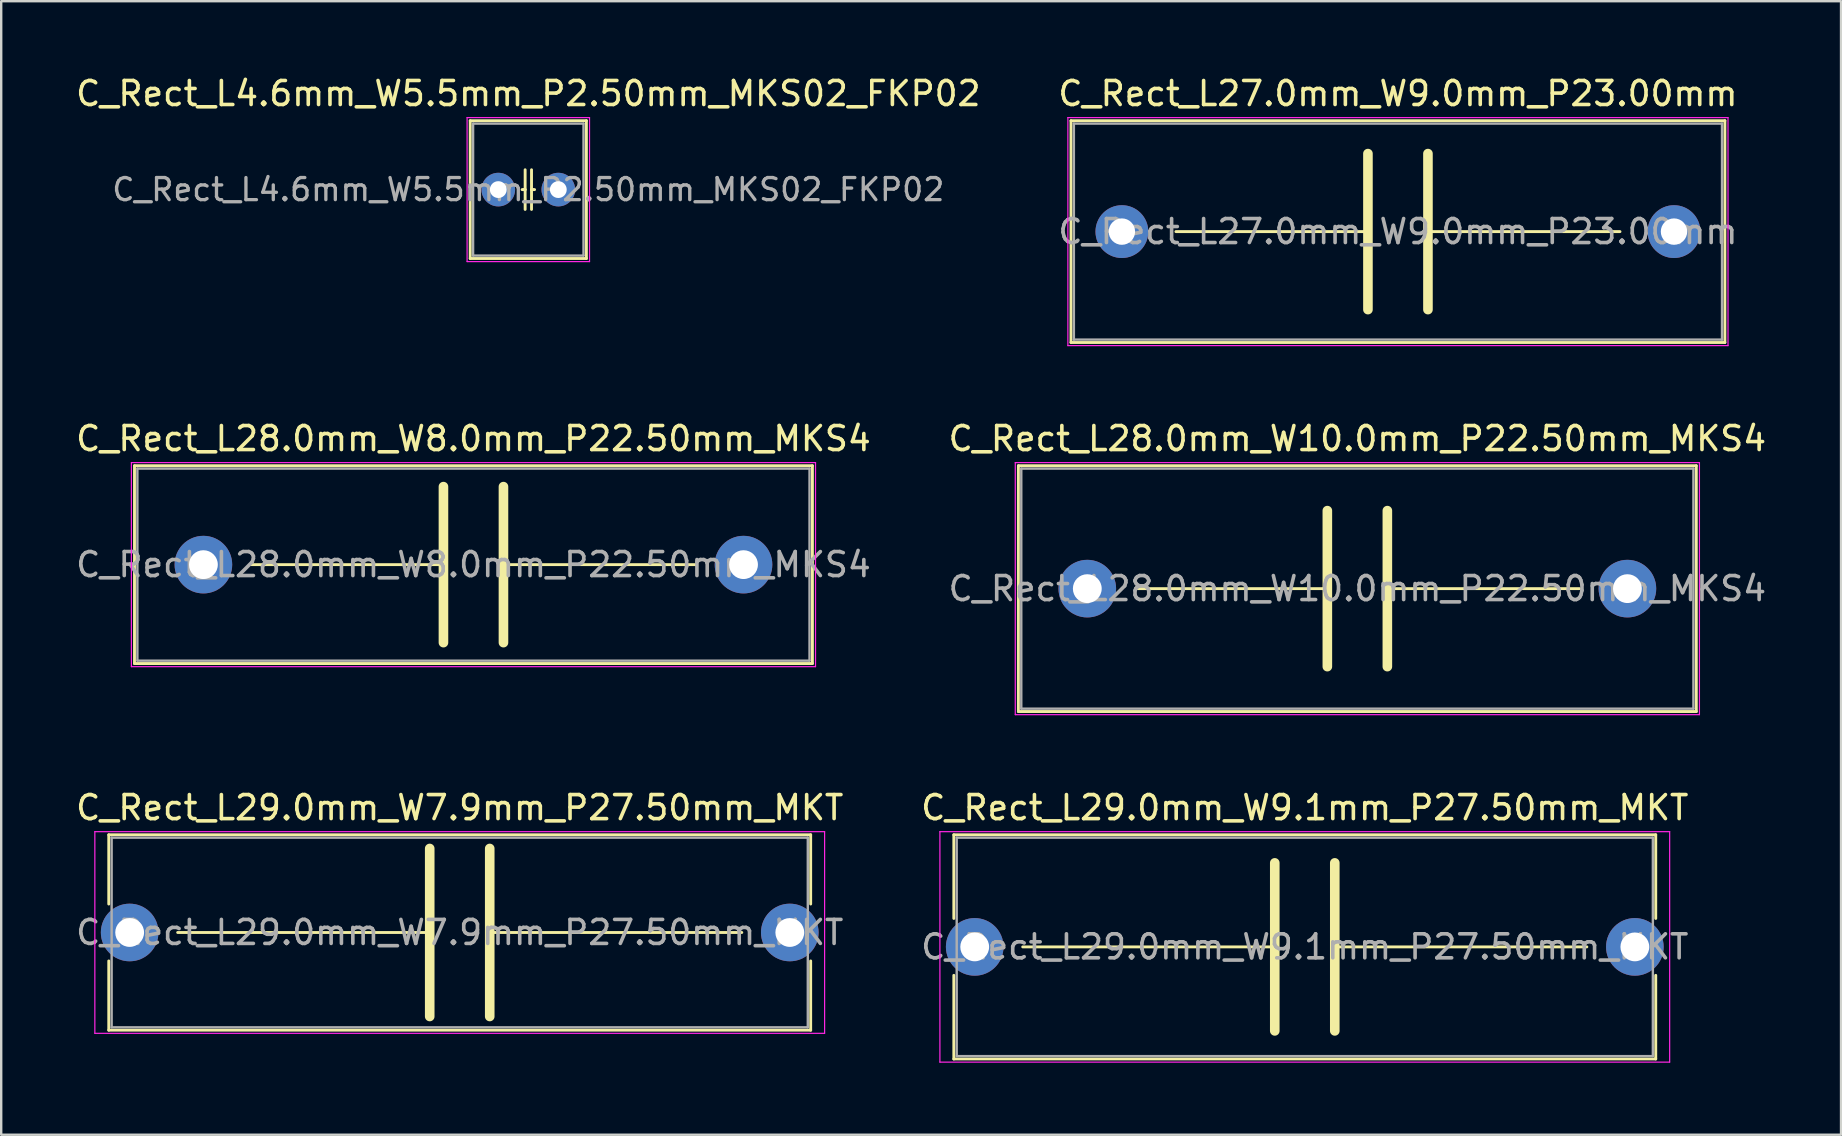
<source format=kicad_pcb>
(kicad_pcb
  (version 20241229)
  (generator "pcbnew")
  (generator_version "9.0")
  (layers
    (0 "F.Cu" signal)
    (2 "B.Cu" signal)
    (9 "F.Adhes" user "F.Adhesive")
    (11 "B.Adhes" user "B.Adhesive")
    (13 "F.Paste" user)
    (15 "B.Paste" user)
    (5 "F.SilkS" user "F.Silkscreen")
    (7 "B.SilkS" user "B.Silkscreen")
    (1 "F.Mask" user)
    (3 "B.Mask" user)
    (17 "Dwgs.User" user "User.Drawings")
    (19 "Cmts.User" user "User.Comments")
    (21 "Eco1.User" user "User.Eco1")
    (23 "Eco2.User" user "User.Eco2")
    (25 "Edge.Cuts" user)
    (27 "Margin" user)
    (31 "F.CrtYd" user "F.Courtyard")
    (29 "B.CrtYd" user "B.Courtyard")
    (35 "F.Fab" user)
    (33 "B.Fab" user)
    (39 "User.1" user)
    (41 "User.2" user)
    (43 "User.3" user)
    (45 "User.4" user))
  (footprint "C_Rect_L29.0mm_W7.9mm_P27.50mm_MKT"
    (layer "F.Cu")
    (at 2.351 35.795)
    (property "Reference" "C_Rect_L29.0mm_W7.9mm_P27.50mm_MKT" (at 13.75 -5.2 0) (layer "F.SilkS") (effects (font (size 1 1) (thickness 0.15))))
    (attr through_hole)
    (fp_line (start -0.87 -4.07) (end -0.87 -1.185) (stroke (width 0.12) (type solid)) (layer "F.SilkS"))
    (fp_line (start -0.87 -4.07) (end 28.37 -4.07) (stroke (width 0.12) (type solid)) (layer "F.SilkS"))
    (fp_line (start -0.87 1.185) (end -0.87 4.07) (stroke (width 0.12) (type solid)) (layer "F.SilkS"))
    (fp_line (start -0.87 4.07) (end 28.37 4.07) (stroke (width 0.12) (type solid)) (layer "F.SilkS"))
    (fp_line (start 2 0) (end 12.5 0) (stroke (width 0.12) (type solid)) (layer "F.SilkS"))
    (fp_line (start 12.5 -3.5) (end 12.5 3.5) (stroke (width 0.4) (type solid)) (layer "F.SilkS"))
    (fp_line (start 15 -3.5) (end 15 3.5) (stroke (width 0.4) (type solid)) (layer "F.SilkS"))
    (fp_line (start 15 0) (end 25.5 0) (stroke (width 0.12) (type solid)) (layer "F.SilkS"))
    (fp_line (start 28.37 -4.07) (end 28.37 -1.185) (stroke (width 0.12) (type solid)) (layer "F.SilkS"))
    (fp_line (start 28.37 1.185) (end 28.37 4.07) (stroke (width 0.12) (type solid)) (layer "F.SilkS"))
    (fp_line (start -1.45 -4.2) (end -1.45 4.2) (stroke (width 0.05) (type solid)) (layer "F.CrtYd"))
    (fp_line (start -1.45 4.2) (end 28.95 4.2) (stroke (width 0.05) (type solid)) (layer "F.CrtYd"))
    (fp_line (start 28.95 -4.2) (end -1.45 -4.2) (stroke (width 0.05) (type solid)) (layer "F.CrtYd"))
    (fp_line (start 28.95 4.2) (end 28.95 -4.2) (stroke (width 0.05) (type solid)) (layer "F.CrtYd"))
    (fp_line (start -0.75 -3.95) (end -0.75 3.95) (stroke (width 0.1) (type solid)) (layer "F.Fab"))
    (fp_line (start -0.75 3.95) (end 28.25 3.95) (stroke (width 0.1) (type solid)) (layer "F.Fab"))
    (fp_line (start 28.25 -3.95) (end -0.75 -3.95) (stroke (width 0.1) (type solid)) (layer "F.Fab"))
    (fp_line (start 28.25 3.95) (end 28.25 -3.95) (stroke (width 0.1) (type solid)) (layer "F.Fab"))
    (fp_text user "${REFERENCE}" (at 13.75 0 0) (layer "F.Fab") (effects (font (size 1 1) (thickness 0.15))))
    (pad "1" thru_hole circle (at 0 0) (size 2.4 2.4) (drill 1.2) (layers "*.Cu" "*.Mask"))
    (pad "2" thru_hole circle (at 27.5 0) (size 2.4 2.4) (drill 1.2) (layers "*.Cu" "*.Mask")))
  (footprint "C_Rect_L28.0mm_W8.0mm_P22.50mm_MKS4"
    (layer "F.Cu")
    (at 5.423 20.471)
    (property "Reference" "C_Rect_L28.0mm_W8.0mm_P22.50mm_MKS4" (at 11.25 -5.25 0) (layer "F.SilkS") (effects (font (size 1 1) (thickness 0.15))))
    (attr through_hole)
    (fp_line (start -2.87 -4.12) (end -2.87 4.12) (stroke (width 0.12) (type solid)) (layer "F.SilkS"))
    (fp_line (start -2.87 -4.12) (end 25.37 -4.12) (stroke (width 0.12) (type solid)) (layer "F.SilkS"))
    (fp_line (start -2.87 4.12) (end 25.37 4.12) (stroke (width 0.12) (type solid)) (layer "F.SilkS"))
    (fp_line (start 2 0) (end 10 0) (stroke (width 0.12) (type solid)) (layer "F.SilkS"))
    (fp_line (start 10 -3.25) (end 10 3.25) (stroke (width 0.4) (type solid)) (layer "F.SilkS"))
    (fp_line (start 12.5 -3.25) (end 12.5 3.25) (stroke (width 0.4) (type solid)) (layer "F.SilkS"))
    (fp_line (start 12.5 0) (end 20.5 0) (stroke (width 0.12) (type solid)) (layer "F.SilkS"))
    (fp_line (start 25.37 -4.12) (end 25.37 4.12) (stroke (width 0.12) (type solid)) (layer "F.SilkS"))
    (fp_line (start -3 -4.25) (end -3 4.25) (stroke (width 0.05) (type solid)) (layer "F.CrtYd"))
    (fp_line (start -3 4.25) (end 25.5 4.25) (stroke (width 0.05) (type solid)) (layer "F.CrtYd"))
    (fp_line (start 25.5 -4.25) (end -3 -4.25) (stroke (width 0.05) (type solid)) (layer "F.CrtYd"))
    (fp_line (start 25.5 4.25) (end 25.5 -4.25) (stroke (width 0.05) (type solid)) (layer "F.CrtYd"))
    (fp_line (start -2.75 -4) (end -2.75 4) (stroke (width 0.1) (type solid)) (layer "F.Fab"))
    (fp_line (start -2.75 4) (end 25.25 4) (stroke (width 0.1) (type solid)) (layer "F.Fab"))
    (fp_line (start 25.25 -4) (end -2.75 -4) (stroke (width 0.1) (type solid)) (layer "F.Fab"))
    (fp_line (start 25.25 4) (end 25.25 -4) (stroke (width 0.1) (type solid)) (layer "F.Fab"))
    (fp_text user "${REFERENCE}" (at 11.25 0 0) (layer "F.Fab") (effects (font (size 1 1) (thickness 0.15))))
    (pad "1" thru_hole circle (at 0 0) (size 2.4 2.4) (drill 1.2) (layers "*.Cu" "*.Mask"))
    (pad "2" thru_hole circle (at 22.5 0) (size 2.4 2.4) (drill 1.2) (layers "*.Cu" "*.Mask")))
  (footprint "C_Rect_L29.0mm_W9.1mm_P27.50mm_MKT"
    (layer "F.Cu")
    (at 37.554 36.395)
    (property "Reference" "C_Rect_L29.0mm_W9.1mm_P27.50mm_MKT" (at 13.75 -5.8 0) (layer "F.SilkS") (effects (font (size 1 1) (thickness 0.15))))
    (attr through_hole)
    (fp_line (start -0.87 -4.67) (end -0.87 -1.185) (stroke (width 0.12) (type solid)) (layer "F.SilkS"))
    (fp_line (start -0.87 -4.67) (end 28.37 -4.67) (stroke (width 0.12) (type solid)) (layer "F.SilkS"))
    (fp_line (start -0.87 1.185) (end -0.87 4.67) (stroke (width 0.12) (type solid)) (layer "F.SilkS"))
    (fp_line (start -0.87 4.67) (end 28.37 4.67) (stroke (width 0.12) (type solid)) (layer "F.SilkS"))
    (fp_line (start 2 0) (end 12.5 0) (stroke (width 0.12) (type solid)) (layer "F.SilkS"))
    (fp_line (start 12.5 -3.5) (end 12.5 3.5) (stroke (width 0.4) (type solid)) (layer "F.SilkS"))
    (fp_line (start 15 -3.5) (end 15 3.5) (stroke (width 0.4) (type solid)) (layer "F.SilkS"))
    (fp_line (start 15 0) (end 25.5 0) (stroke (width 0.12) (type solid)) (layer "F.SilkS"))
    (fp_line (start 28.37 -4.67) (end 28.37 -1.185) (stroke (width 0.12) (type solid)) (layer "F.SilkS"))
    (fp_line (start 28.37 1.185) (end 28.37 4.67) (stroke (width 0.12) (type solid)) (layer "F.SilkS"))
    (fp_line (start -1.45 -4.8) (end -1.45 4.8) (stroke (width 0.05) (type solid)) (layer "F.CrtYd"))
    (fp_line (start -1.45 4.8) (end 28.95 4.8) (stroke (width 0.05) (type solid)) (layer "F.CrtYd"))
    (fp_line (start 28.95 -4.8) (end -1.45 -4.8) (stroke (width 0.05) (type solid)) (layer "F.CrtYd"))
    (fp_line (start 28.95 4.8) (end 28.95 -4.8) (stroke (width 0.05) (type solid)) (layer "F.CrtYd"))
    (fp_line (start -0.75 -4.55) (end -0.75 4.55) (stroke (width 0.1) (type solid)) (layer "F.Fab"))
    (fp_line (start -0.75 4.55) (end 28.25 4.55) (stroke (width 0.1) (type solid)) (layer "F.Fab"))
    (fp_line (start 28.25 -4.55) (end -0.75 -4.55) (stroke (width 0.1) (type solid)) (layer "F.Fab"))
    (fp_line (start 28.25 4.55) (end 28.25 -4.55) (stroke (width 0.1) (type solid)) (layer "F.Fab"))
    (fp_text user "${REFERENCE}" (at 13.75 0 0) (layer "F.Fab") (effects (font (size 1 1) (thickness 0.15))))
    (pad "1" thru_hole circle (at 0 0) (size 2.4 2.4) (drill 1.2) (layers "*.Cu" "*.Mask"))
    (pad "2" thru_hole circle (at 27.5 0) (size 2.4 2.4) (drill 1.2) (layers "*.Cu" "*.Mask")))
  (footprint "C_Rect_L28.0mm_W10.0mm_P22.50mm_MKS4"
    (layer "F.Cu")
    (at 42.244 21.471)
    (property "Reference" "C_Rect_L28.0mm_W10.0mm_P22.50mm_MKS4" (at 11.25 -6.25 0) (layer "F.SilkS") (effects (font (size 1 1) (thickness 0.15))))
    (attr through_hole)
    (fp_line (start -2.87 -5.12) (end -2.87 5.12) (stroke (width 0.12) (type solid)) (layer "F.SilkS"))
    (fp_line (start -2.87 -5.12) (end 25.37 -5.12) (stroke (width 0.12) (type solid)) (layer "F.SilkS"))
    (fp_line (start -2.87 5.12) (end 25.37 5.12) (stroke (width 0.12) (type solid)) (layer "F.SilkS"))
    (fp_line (start 2 0) (end 10 0) (stroke (width 0.12) (type solid)) (layer "F.SilkS"))
    (fp_line (start 10 -3.25) (end 10 3.25) (stroke (width 0.4) (type solid)) (layer "F.SilkS"))
    (fp_line (start 12.5 -3.25) (end 12.5 3.25) (stroke (width 0.4) (type solid)) (layer "F.SilkS"))
    (fp_line (start 12.5 0) (end 20.5 0) (stroke (width 0.12) (type solid)) (layer "F.SilkS"))
    (fp_line (start 25.37 -5.12) (end 25.37 5.12) (stroke (width 0.12) (type solid)) (layer "F.SilkS"))
    (fp_line (start -3 -5.25) (end -3 5.25) (stroke (width 0.05) (type solid)) (layer "F.CrtYd"))
    (fp_line (start -3 5.25) (end 25.5 5.25) (stroke (width 0.05) (type solid)) (layer "F.CrtYd"))
    (fp_line (start 25.5 -5.25) (end -3 -5.25) (stroke (width 0.05) (type solid)) (layer "F.CrtYd"))
    (fp_line (start 25.5 5.25) (end 25.5 -5.25) (stroke (width 0.05) (type solid)) (layer "F.CrtYd"))
    (fp_line (start -2.75 -5) (end -2.75 5) (stroke (width 0.1) (type solid)) (layer "F.Fab"))
    (fp_line (start -2.75 5) (end 25.25 5) (stroke (width 0.1) (type solid)) (layer "F.Fab"))
    (fp_line (start 25.25 -5) (end -2.75 -5) (stroke (width 0.1) (type solid)) (layer "F.Fab"))
    (fp_line (start 25.25 5) (end 25.25 -5) (stroke (width 0.1) (type solid)) (layer "F.Fab"))
    (fp_text user "${REFERENCE}" (at 11.25 0 0) (layer "F.Fab") (effects (font (size 1 1) (thickness 0.15))))
    (pad "1" thru_hole circle (at 0 0) (size 2.4 2.4) (drill 1.2) (layers "*.Cu" "*.Mask"))
    (pad "2" thru_hole circle (at 22.5 0) (size 2.4 2.4) (drill 1.2) (layers "*.Cu" "*.Mask")))
  (footprint "C_Rect_L4.6mm_W5.5mm_P2.50mm_MKS02_FKP02"
    (layer "F.Cu")
    (at 17.708 4.848)
    (property "Reference" "C_Rect_L4.6mm_W5.5mm_P2.50mm_MKS02_FKP02" (at 1.25 -4 0) (layer "F.SilkS") (effects (font (size 1 1) (thickness 0.15))))
    (attr through_hole)
    (fp_line (start -1.17 -2.87) (end -1.17 2.87) (stroke (width 0.12) (type solid)) (layer "F.SilkS"))
    (fp_line (start -1.17 -2.87) (end 3.67 -2.87) (stroke (width 0.12) (type solid)) (layer "F.SilkS"))
    (fp_line (start -1.17 2.87) (end 3.67 2.87) (stroke (width 0.12) (type solid)) (layer "F.SilkS"))
    (fp_line (start 0.991 0) (end 1.054 0) (stroke (width 0.12) (type solid)) (layer "F.SilkS"))
    (fp_line (start 1.054 0) (end 1.118 0) (stroke (width 0.12) (type solid)) (layer "F.SilkS"))
    (fp_line (start 1.118 0) (end 1.118 -0.826) (stroke (width 0.12) (type solid)) (layer "F.SilkS"))
    (fp_line (start 1.118 0.826) (end 1.118 0) (stroke (width 0.12) (type solid)) (layer "F.SilkS"))
    (fp_line (start 1.384 0) (end 1.384 -0.826) (stroke (width 0.12) (type solid)) (layer "F.SilkS"))
    (fp_line (start 1.384 0.826) (end 1.384 0) (stroke (width 0.12) (type solid)) (layer "F.SilkS"))
    (fp_line (start 1.448 0) (end 1.384 0) (stroke (width 0.12) (type solid)) (layer "F.SilkS"))
    (fp_line (start 1.511 0) (end 1.448 0) (stroke (width 0.12) (type solid)) (layer "F.SilkS"))
    (fp_line (start 3.67 -2.87) (end 3.67 2.87) (stroke (width 0.12) (type solid)) (layer "F.SilkS"))
    (fp_line (start -1.3 -3) (end -1.3 3) (stroke (width 0.05) (type solid)) (layer "F.CrtYd"))
    (fp_line (start -1.3 3) (end 3.8 3) (stroke (width 0.05) (type solid)) (layer "F.CrtYd"))
    (fp_line (start 3.8 -3) (end -1.3 -3) (stroke (width 0.05) (type solid)) (layer "F.CrtYd"))
    (fp_line (start 3.8 3) (end 3.8 -3) (stroke (width 0.05) (type solid)) (layer "F.CrtYd"))
    (fp_line (start -1.05 -2.75) (end -1.05 2.75) (stroke (width 0.1) (type solid)) (layer "F.Fab"))
    (fp_line (start -1.05 2.75) (end 3.55 2.75) (stroke (width 0.1) (type solid)) (layer "F.Fab"))
    (fp_line (start 3.55 -2.75) (end -1.05 -2.75) (stroke (width 0.1) (type solid)) (layer "F.Fab"))
    (fp_line (start 3.55 2.75) (end 3.55 -2.75) (stroke (width 0.1) (type solid)) (layer "F.Fab"))
    (fp_text user "${REFERENCE}" (at 1.25 0 0) (layer "F.Fab") (effects (font (size 0.92 0.92) (thickness 0.138))))
    (pad "1" thru_hole circle (at 0 0) (size 1.4 1.4) (drill 0.7) (layers "*.Cu" "*.Mask"))
    (pad "2" thru_hole circle (at 2.5 0) (size 1.4 1.4) (drill 0.7) (layers "*.Cu" "*.Mask")))
  (footprint "C_Rect_L27.0mm_W9.0mm_P23.00mm"
    (layer "F.Cu")
    (at 43.685 6.598)
    (property "Reference" "C_Rect_L27.0mm_W9.0mm_P23.00mm" (at 11.5 -5.75 0) (layer "F.SilkS") (effects (font (size 1 1) (thickness 0.15))))
    (attr through_hole)
    (fp_line (start -2.12 -4.62) (end -2.12 4.62) (stroke (width 0.12) (type solid)) (layer "F.SilkS"))
    (fp_line (start -2.12 -4.62) (end 25.12 -4.62) (stroke (width 0.12) (type solid)) (layer "F.SilkS"))
    (fp_line (start -2.12 4.62) (end 25.12 4.62) (stroke (width 0.12) (type solid)) (layer "F.SilkS"))
    (fp_line (start 2.25 0) (end 10.25 0) (stroke (width 0.12) (type solid)) (layer "F.SilkS"))
    (fp_line (start 10.25 -3.25) (end 10.25 3.25) (stroke (width 0.4) (type solid)) (layer "F.SilkS"))
    (fp_line (start 12.75 -3.25) (end 12.75 3.25) (stroke (width 0.4) (type solid)) (layer "F.SilkS"))
    (fp_line (start 12.75 0) (end 20.75 0) (stroke (width 0.12) (type solid)) (layer "F.SilkS"))
    (fp_line (start 25.12 -4.62) (end 25.12 4.62) (stroke (width 0.12) (type solid)) (layer "F.SilkS"))
    (fp_line (start -2.25 -4.75) (end -2.25 4.75) (stroke (width 0.05) (type solid)) (layer "F.CrtYd"))
    (fp_line (start -2.25 4.75) (end 25.25 4.75) (stroke (width 0.05) (type solid)) (layer "F.CrtYd"))
    (fp_line (start 25.25 -4.75) (end -2.25 -4.75) (stroke (width 0.05) (type solid)) (layer "F.CrtYd"))
    (fp_line (start 25.25 4.75) (end 25.25 -4.75) (stroke (width 0.05) (type solid)) (layer "F.CrtYd"))
    (fp_line (start -2 -4.5) (end -2 4.5) (stroke (width 0.1) (type solid)) (layer "F.Fab"))
    (fp_line (start -2 4.5) (end 25 4.5) (stroke (width 0.1) (type solid)) (layer "F.Fab"))
    (fp_line (start 25 -4.5) (end -2 -4.5) (stroke (width 0.1) (type solid)) (layer "F.Fab"))
    (fp_line (start 25 4.5) (end 25 -4.5) (stroke (width 0.1) (type solid)) (layer "F.Fab"))
    (fp_text user "${REFERENCE}" (at 11.5 0 0) (layer "F.Fab") (effects (font (size 1 1) (thickness 0.15))))
    (pad "1" thru_hole circle (at 0 0) (size 2.2 2.2) (drill 1.1) (layers "*.Cu" "*.Mask"))
    (pad "2" thru_hole circle (at 23 0) (size 2.2 2.2) (drill 1.1) (layers "*.Cu" "*.Mask")))
  (gr_rect
    (start -3 -3)
    (end 73.643 44.22)
    (stroke (width 0.1) (type default))
    (fill no)
    (layer "Edge.Cuts")))
</source>
